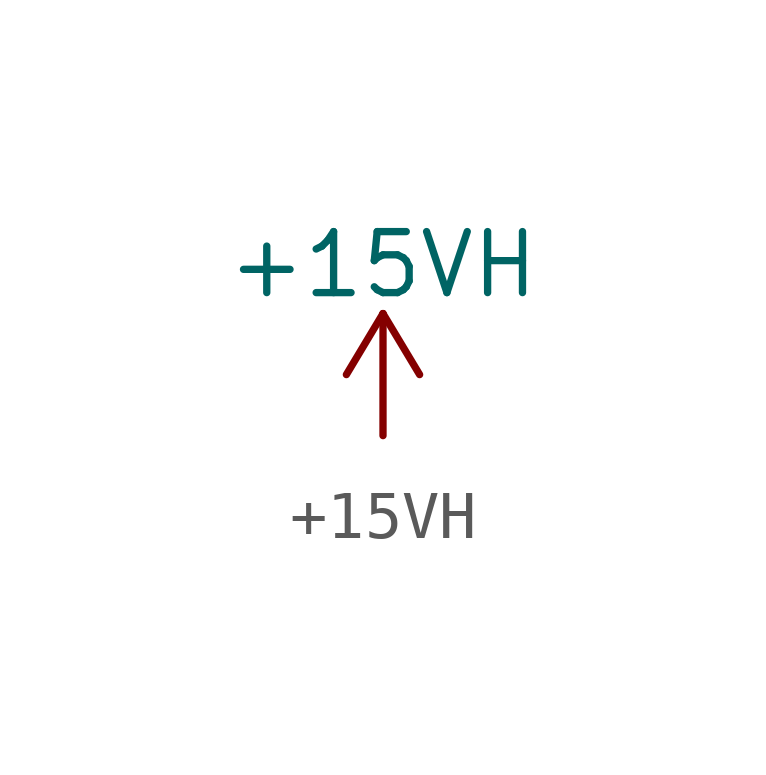
<source format=kicad_sym>
(kicad_symbol_lib
  (version 20211014)
  (generator kicad_symbol_editor)
  (symbol "+15VH"
    (power)
    (pin_names
      (offset 0))
    (property "Reference" "#PWR"
      (at 0 -3.81 0)
      (effects (font (size 1.27 1.27)) hide))
    (property "Value" "+15VH"
      (at 0 3.556 0)
      (effects (font (size 1.27 1.27))))
    (symbol "+15VH_0_1"
      (polyline (pts (xy -0.762 1.27) (xy 0 2.54)) (stroke (width 0) (type default) (color 0 0 0 0)) (fill (type none)))
      (polyline (pts (xy 0 0) (xy 0 2.54)) (stroke (width 0) (type default) (color 0 0 0 0)) (fill (type none)))
      (polyline (pts (xy 0 2.54) (xy 0.762 1.27)) (stroke (width 0) (type default) (color 0 0 0 0)) (fill (type none))))
    (symbol "+15VH_1_1"
      (pin power_in line (at 0 0 90) (length 0) hide (name "+15VH" (effects (font (size 1.27 1.27)))) (number "1" (effects (font (size 1.27 1.27))))))))
</source>
